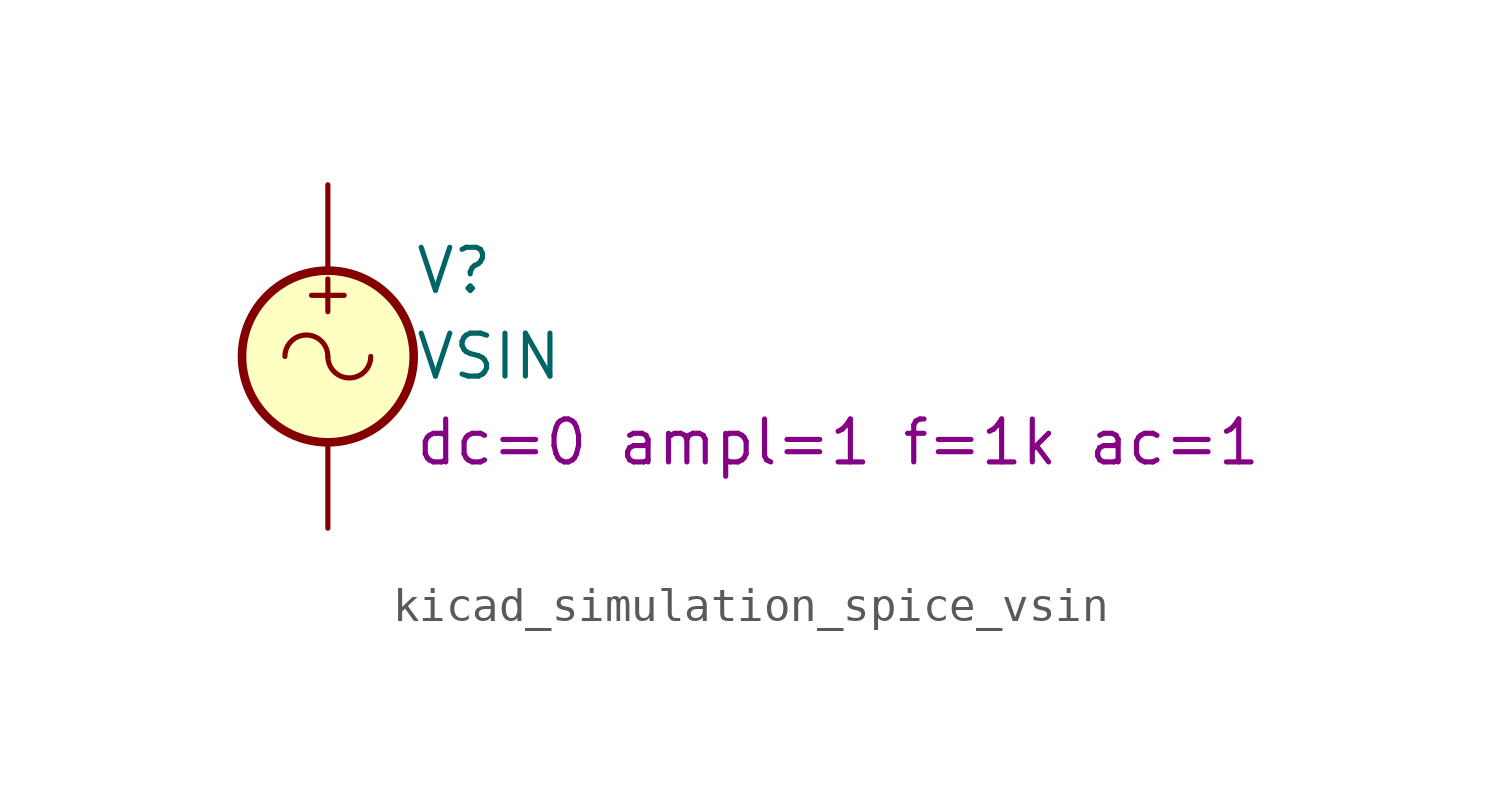
<source format=kicad_sym>
(kicad_symbol_lib
  (version 20220914)
  (generator kicad_symbol_editor)
  (symbol "kicad_simulation_spice_vsin"
    (pin_numbers hide)
    (pin_names
      (offset 0.025))
    (property "Reference" "V"
      (at 2.54 2.54 0)
      (effects (font (size 1.27 1.27)) (justify left)))
    (property "Value" "VSIN"
      (at 2.54 0 0)
      (effects (font (size 1.27 1.27)) (justify left)))
    (property "Sim.Params" "dc=0 ampl=1 f=1k ac=1"
      (at 2.54 -2.54 0)
      (effects (font (size 1.27 1.27)) (justify left)))
    (symbol "kicad_simulation_spice_vsin_0_0"
      (arc (start 0 0) (mid -0.635 0.6323) (end -1.27 0) (stroke (width 0) (type default)) (fill (type none)))
      (arc (start 0 0) (mid 0.635 -0.6323) (end 1.27 0) (stroke (width 0) (type default)) (fill (type none)))
      (text "+" (at 0 1.905 0) (effects (font (size 1.27 1.27)))))
    (symbol "kicad_simulation_spice_vsin_0_1"
      (circle (center 0 0) (radius 2.54) (stroke (width 0.254) (type default)) (fill (type background))))
    (symbol "kicad_simulation_spice_vsin_1_1"
      (pin passive line (at 0 5.08 270) (length 2.54) (name "~" (effects (font (size 1.27 1.27)))) (number "1" (effects (font (size 1.27 1.27)))))
      (pin passive line (at 0 -5.08 90) (length 2.54) (name "~" (effects (font (size 1.27 1.27)))) (number "2" (effects (font (size 1.27 1.27))))))))
</source>
